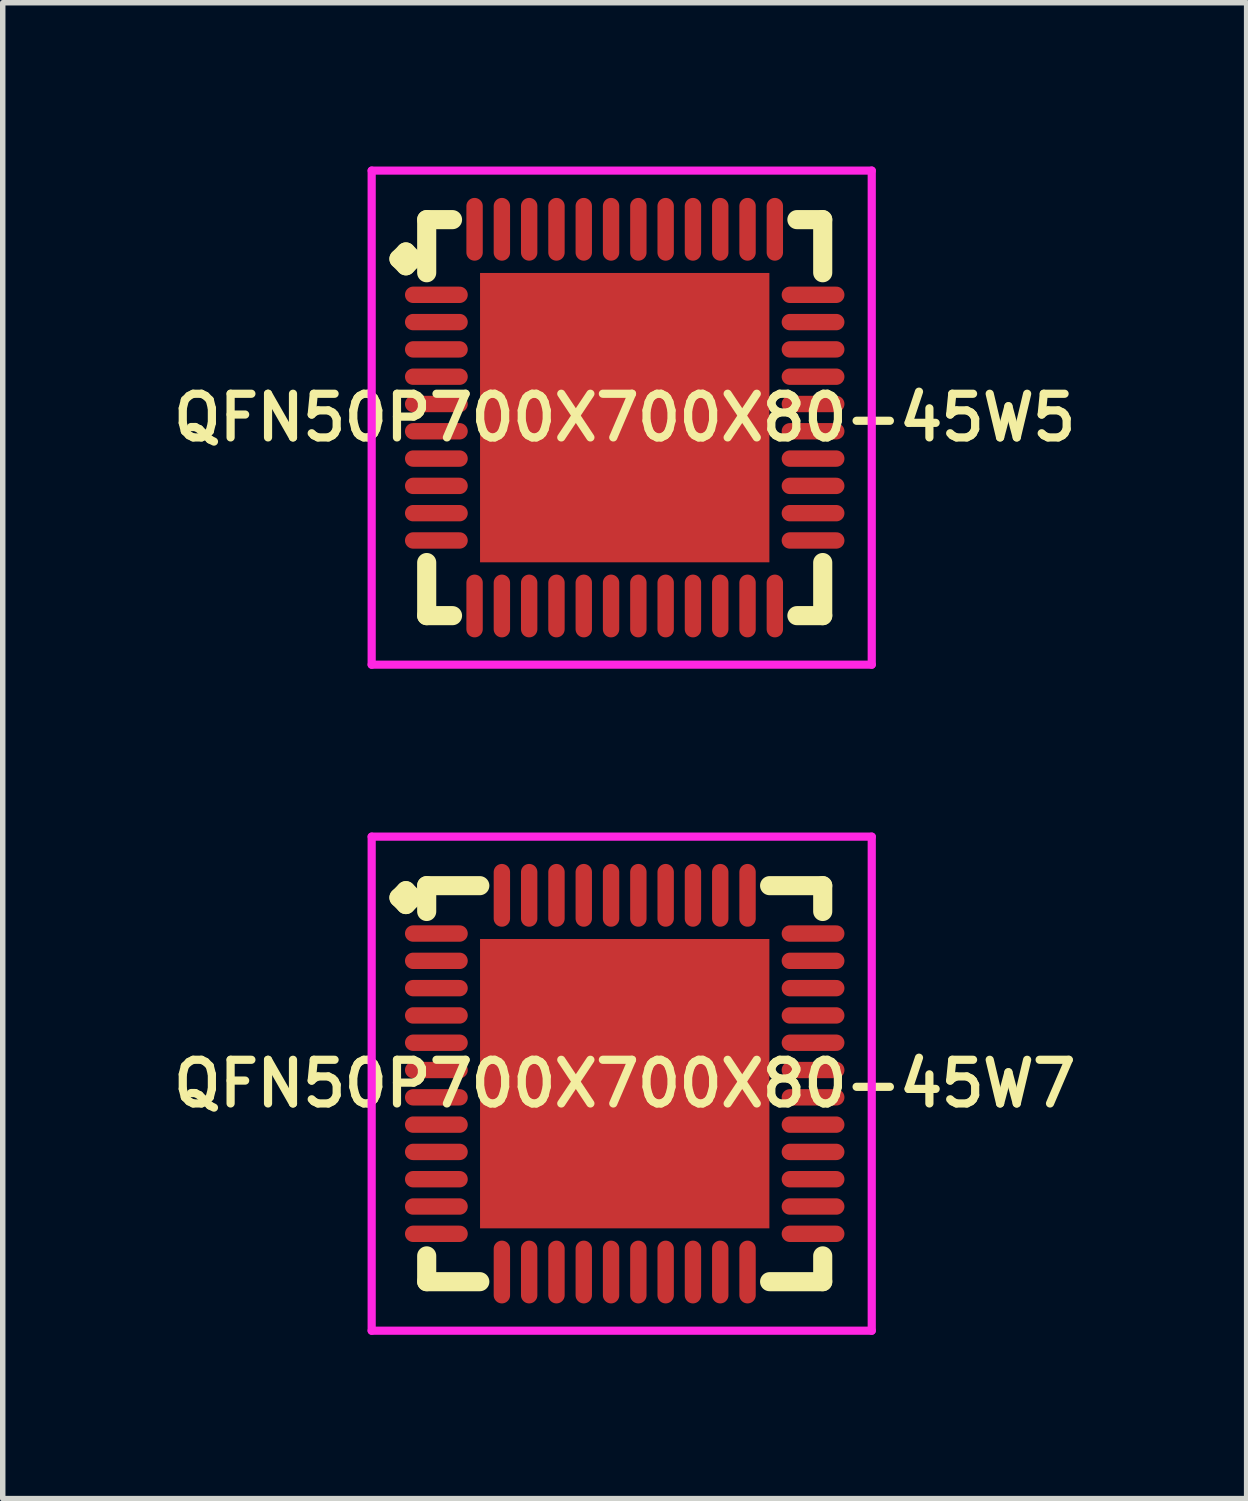
<source format=kicad_pcb>
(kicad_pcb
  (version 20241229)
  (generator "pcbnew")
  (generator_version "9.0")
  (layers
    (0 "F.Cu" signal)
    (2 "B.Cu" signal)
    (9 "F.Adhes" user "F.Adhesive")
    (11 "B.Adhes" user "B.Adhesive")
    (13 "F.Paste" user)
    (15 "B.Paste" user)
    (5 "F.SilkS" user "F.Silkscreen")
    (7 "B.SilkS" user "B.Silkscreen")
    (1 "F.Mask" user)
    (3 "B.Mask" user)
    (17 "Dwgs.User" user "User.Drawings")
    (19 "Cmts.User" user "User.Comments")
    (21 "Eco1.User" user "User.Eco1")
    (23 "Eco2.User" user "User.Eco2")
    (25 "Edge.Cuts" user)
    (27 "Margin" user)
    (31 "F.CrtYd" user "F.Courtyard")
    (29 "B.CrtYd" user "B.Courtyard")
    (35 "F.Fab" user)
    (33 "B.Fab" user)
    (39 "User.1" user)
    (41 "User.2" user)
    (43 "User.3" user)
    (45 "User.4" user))
  (footprint "QFN50P700X700X80-45W7"
    (layer "F.Cu")
    (at 8.393 16.8)
    (property "Reference" "QFN50P700X700X80-45W7" (at 0 0 0) (layer "F.SilkS") (effects (font (size 0.8 0.8) (thickness 0.15))))
    (attr smd)
    (fp_line (start -4.135 -3.408) (end -4.008 -3.535) (stroke (width 0.35) (type solid)) (layer "F.SilkS"))
    (fp_line (start -4.008 -3.535) (end -3.881 -3.408) (stroke (width 0.35) (type solid)) (layer "F.SilkS"))
    (fp_line (start -4.008 -3.281) (end -4.135 -3.408) (stroke (width 0.35) (type solid)) (layer "F.SilkS"))
    (fp_line (start -3.881 -3.408) (end -4.008 -3.281) (stroke (width 0.35) (type solid)) (layer "F.SilkS"))
    (fp_line (start -3.627 -3.627) (end -2.654 -3.627) (stroke (width 0.35) (type solid)) (layer "F.SilkS"))
    (fp_line (start -3.627 -3.154) (end -3.627 -3.627) (stroke (width 0.35) (type solid)) (layer "F.SilkS"))
    (fp_line (start -3.627 3.154) (end -3.627 3.627) (stroke (width 0.35) (type solid)) (layer "F.SilkS"))
    (fp_line (start -3.627 3.627) (end -2.654 3.627) (stroke (width 0.35) (type solid)) (layer "F.SilkS"))
    (fp_line (start 2.654 -3.627) (end 3.627 -3.627) (stroke (width 0.35) (type solid)) (layer "F.SilkS"))
    (fp_line (start 2.654 3.627) (end 3.627 3.627) (stroke (width 0.35) (type solid)) (layer "F.SilkS"))
    (fp_line (start 3.627 -3.627) (end 3.627 -3.154) (stroke (width 0.35) (type solid)) (layer "F.SilkS"))
    (fp_line (start 3.627 3.627) (end 3.627 3.154) (stroke (width 0.35) (type solid)) (layer "F.SilkS"))
    (fp_line (start -4.635 -4.525) (end 4.525 -4.525) (stroke (width 0.15) (type solid)) (layer "F.CrtYd"))
    (fp_line (start -4.635 4.525) (end -4.635 -4.525) (stroke (width 0.15) (type solid)) (layer "F.CrtYd"))
    (fp_line (start 4.525 -4.525) (end 4.525 4.525) (stroke (width 0.15) (type solid)) (layer "F.CrtYd"))
    (fp_line (start 4.525 4.525) (end -4.635 4.525) (stroke (width 0.15) (type solid)) (layer "F.CrtYd"))
    (pad "1" smd oval (at -3.45 -2.75) (size 1.15 0.3) (layers "F.Cu" "F.Mask" "F.Paste"))
    (pad "2" smd oval (at -3.45 -2.25) (size 1.15 0.3) (layers "F.Cu" "F.Mask" "F.Paste"))
    (pad "3" smd oval (at -3.45 -1.75) (size 1.15 0.3) (layers "F.Cu" "F.Mask" "F.Paste"))
    (pad "4" smd oval (at -3.45 -1.25) (size 1.15 0.3) (layers "F.Cu" "F.Mask" "F.Paste"))
    (pad "5" smd oval (at -3.45 -0.75) (size 1.15 0.3) (layers "F.Cu" "F.Mask" "F.Paste"))
    (pad "6" smd oval (at -3.45 -0.25) (size 1.15 0.3) (layers "F.Cu" "F.Mask" "F.Paste"))
    (pad "7" smd oval (at -3.45 0.25) (size 1.15 0.3) (layers "F.Cu" "F.Mask" "F.Paste"))
    (pad "8" smd oval (at -3.45 0.75) (size 1.15 0.3) (layers "F.Cu" "F.Mask" "F.Paste"))
    (pad "9" smd oval (at -3.45 1.25) (size 1.15 0.3) (layers "F.Cu" "F.Mask" "F.Paste"))
    (pad "10" smd oval (at -3.45 1.75) (size 1.15 0.3) (layers "F.Cu" "F.Mask" "F.Paste"))
    (pad "11" smd oval (at -3.45 2.25) (size 1.15 0.3) (layers "F.Cu" "F.Mask" "F.Paste"))
    (pad "12" smd oval (at -3.45 2.75) (size 1.15 0.3) (layers "F.Cu" "F.Mask" "F.Paste"))
    (pad "13" smd oval (at -2.25 3.45) (size 0.3 1.15) (layers "F.Cu" "F.Mask" "F.Paste"))
    (pad "14" smd oval (at -1.75 3.45) (size 0.3 1.15) (layers "F.Cu" "F.Mask" "F.Paste"))
    (pad "15" smd oval (at -1.25 3.45) (size 0.3 1.15) (layers "F.Cu" "F.Mask" "F.Paste"))
    (pad "16" smd oval (at -0.75 3.45) (size 0.3 1.15) (layers "F.Cu" "F.Mask" "F.Paste"))
    (pad "17" smd oval (at -0.25 3.45) (size 0.3 1.15) (layers "F.Cu" "F.Mask" "F.Paste"))
    (pad "18" smd oval (at 0.25 3.45) (size 0.3 1.15) (layers "F.Cu" "F.Mask" "F.Paste"))
    (pad "19" smd oval (at 0.75 3.45) (size 0.3 1.15) (layers "F.Cu" "F.Mask" "F.Paste"))
    (pad "20" smd oval (at 1.25 3.45) (size 0.3 1.15) (layers "F.Cu" "F.Mask" "F.Paste"))
    (pad "21" smd oval (at 1.75 3.45) (size 0.3 1.15) (layers "F.Cu" "F.Mask" "F.Paste"))
    (pad "22" smd oval (at 2.25 3.45) (size 0.3 1.15) (layers "F.Cu" "F.Mask" "F.Paste"))
    (pad "23" smd oval (at 3.45 2.75) (size 1.15 0.3) (layers "F.Cu" "F.Mask" "F.Paste"))
    (pad "24" smd oval (at 3.45 2.25) (size 1.15 0.3) (layers "F.Cu" "F.Mask" "F.Paste"))
    (pad "25" smd oval (at 3.45 1.75) (size 1.15 0.3) (layers "F.Cu" "F.Mask" "F.Paste"))
    (pad "26" smd oval (at 3.45 1.25) (size 1.15 0.3) (layers "F.Cu" "F.Mask" "F.Paste"))
    (pad "27" smd oval (at 3.45 0.75) (size 1.15 0.3) (layers "F.Cu" "F.Mask" "F.Paste"))
    (pad "28" smd oval (at 3.45 0.25) (size 1.15 0.3) (layers "F.Cu" "F.Mask" "F.Paste"))
    (pad "29" smd oval (at 3.45 -0.25) (size 1.15 0.3) (layers "F.Cu" "F.Mask" "F.Paste"))
    (pad "30" smd oval (at 3.45 -0.75) (size 1.15 0.3) (layers "F.Cu" "F.Mask" "F.Paste"))
    (pad "31" smd oval (at 3.45 -1.25) (size 1.15 0.3) (layers "F.Cu" "F.Mask" "F.Paste"))
    (pad "32" smd oval (at 3.45 -1.75) (size 1.15 0.3) (layers "F.Cu" "F.Mask" "F.Paste"))
    (pad "33" smd oval (at 3.45 -2.25) (size 1.15 0.3) (layers "F.Cu" "F.Mask" "F.Paste"))
    (pad "34" smd oval (at 3.45 -2.75) (size 1.15 0.3) (layers "F.Cu" "F.Mask" "F.Paste"))
    (pad "35" smd oval (at 2.25 -3.45) (size 0.3 1.15) (layers "F.Cu" "F.Mask" "F.Paste"))
    (pad "36" smd oval (at 1.75 -3.45) (size 0.3 1.15) (layers "F.Cu" "F.Mask" "F.Paste"))
    (pad "37" smd oval (at 1.25 -3.45) (size 0.3 1.15) (layers "F.Cu" "F.Mask" "F.Paste"))
    (pad "38" smd oval (at 0.75 -3.45) (size 0.3 1.15) (layers "F.Cu" "F.Mask" "F.Paste"))
    (pad "39" smd oval (at 0.25 -3.45) (size 0.3 1.15) (layers "F.Cu" "F.Mask" "F.Paste"))
    (pad "40" smd oval (at -0.25 -3.45) (size 0.3 1.15) (layers "F.Cu" "F.Mask" "F.Paste"))
    (pad "41" smd oval (at -0.75 -3.45) (size 0.3 1.15) (layers "F.Cu" "F.Mask" "F.Paste"))
    (pad "42" smd oval (at -1.25 -3.45) (size 0.3 1.15) (layers "F.Cu" "F.Mask" "F.Paste"))
    (pad "43" smd oval (at -1.75 -3.45) (size 0.3 1.15) (layers "F.Cu" "F.Mask" "F.Paste"))
    (pad "44" smd oval (at -2.25 -3.45) (size 0.3 1.15) (layers "F.Cu" "F.Mask" "F.Paste"))
    (pad "45" smd rect (at 0 0) (size 5.3 5.3) (layers "F.Cu" "F.Mask" "F.Paste")))
  (footprint "QFN50P700X700X80-45W5"
    (layer "F.Cu")
    (at 8.393 4.6)
    (property "Reference" "QFN50P700X700X80-45W5" (at 0 0 0) (layer "F.SilkS") (effects (font (size 0.8 0.8) (thickness 0.15))))
    (attr smd)
    (fp_line (start -4.135 -2.908) (end -4.008 -3.035) (stroke (width 0.35) (type solid)) (layer "F.SilkS"))
    (fp_line (start -4.008 -3.035) (end -3.881 -2.908) (stroke (width 0.35) (type solid)) (layer "F.SilkS"))
    (fp_line (start -4.008 -2.781) (end -4.135 -2.908) (stroke (width 0.35) (type solid)) (layer "F.SilkS"))
    (fp_line (start -3.881 -2.908) (end -4.008 -2.781) (stroke (width 0.35) (type solid)) (layer "F.SilkS"))
    (fp_line (start -3.627 -3.627) (end -3.154 -3.627) (stroke (width 0.35) (type solid)) (layer "F.SilkS"))
    (fp_line (start -3.627 -2.654) (end -3.627 -3.627) (stroke (width 0.35) (type solid)) (layer "F.SilkS"))
    (fp_line (start -3.627 2.654) (end -3.627 3.627) (stroke (width 0.35) (type solid)) (layer "F.SilkS"))
    (fp_line (start -3.627 3.627) (end -3.154 3.627) (stroke (width 0.35) (type solid)) (layer "F.SilkS"))
    (fp_line (start 3.154 -3.627) (end 3.627 -3.627) (stroke (width 0.35) (type solid)) (layer "F.SilkS"))
    (fp_line (start 3.154 3.627) (end 3.627 3.627) (stroke (width 0.35) (type solid)) (layer "F.SilkS"))
    (fp_line (start 3.627 -3.627) (end 3.627 -2.654) (stroke (width 0.35) (type solid)) (layer "F.SilkS"))
    (fp_line (start 3.627 3.627) (end 3.627 2.654) (stroke (width 0.35) (type solid)) (layer "F.SilkS"))
    (fp_line (start -4.635 -4.525) (end 4.525 -4.525) (stroke (width 0.15) (type solid)) (layer "F.CrtYd"))
    (fp_line (start -4.635 4.525) (end -4.635 -4.525) (stroke (width 0.15) (type solid)) (layer "F.CrtYd"))
    (fp_line (start 4.525 -4.525) (end 4.525 4.525) (stroke (width 0.15) (type solid)) (layer "F.CrtYd"))
    (fp_line (start 4.525 4.525) (end -4.635 4.525) (stroke (width 0.15) (type solid)) (layer "F.CrtYd"))
    (pad "1" smd oval (at -3.45 -2.25) (size 1.15 0.3) (layers "F.Cu" "F.Mask" "F.Paste"))
    (pad "2" smd oval (at -3.45 -1.75) (size 1.15 0.3) (layers "F.Cu" "F.Mask" "F.Paste"))
    (pad "3" smd oval (at -3.45 -1.25) (size 1.15 0.3) (layers "F.Cu" "F.Mask" "F.Paste"))
    (pad "4" smd oval (at -3.45 -0.75) (size 1.15 0.3) (layers "F.Cu" "F.Mask" "F.Paste"))
    (pad "5" smd oval (at -3.45 -0.25) (size 1.15 0.3) (layers "F.Cu" "F.Mask" "F.Paste"))
    (pad "6" smd oval (at -3.45 0.25) (size 1.15 0.3) (layers "F.Cu" "F.Mask" "F.Paste"))
    (pad "7" smd oval (at -3.45 0.75) (size 1.15 0.3) (layers "F.Cu" "F.Mask" "F.Paste"))
    (pad "8" smd oval (at -3.45 1.25) (size 1.15 0.3) (layers "F.Cu" "F.Mask" "F.Paste"))
    (pad "9" smd oval (at -3.45 1.75) (size 1.15 0.3) (layers "F.Cu" "F.Mask" "F.Paste"))
    (pad "10" smd oval (at -3.45 2.25) (size 1.15 0.3) (layers "F.Cu" "F.Mask" "F.Paste"))
    (pad "11" smd oval (at -2.75 3.45) (size 0.3 1.15) (layers "F.Cu" "F.Mask" "F.Paste"))
    (pad "12" smd oval (at -2.25 3.45) (size 0.3 1.15) (layers "F.Cu" "F.Mask" "F.Paste"))
    (pad "13" smd oval (at -1.75 3.45) (size 0.3 1.15) (layers "F.Cu" "F.Mask" "F.Paste"))
    (pad "14" smd oval (at -1.25 3.45) (size 0.3 1.15) (layers "F.Cu" "F.Mask" "F.Paste"))
    (pad "15" smd oval (at -0.75 3.45) (size 0.3 1.15) (layers "F.Cu" "F.Mask" "F.Paste"))
    (pad "16" smd oval (at -0.25 3.45) (size 0.3 1.15) (layers "F.Cu" "F.Mask" "F.Paste"))
    (pad "17" smd oval (at 0.25 3.45) (size 0.3 1.15) (layers "F.Cu" "F.Mask" "F.Paste"))
    (pad "18" smd oval (at 0.75 3.45) (size 0.3 1.15) (layers "F.Cu" "F.Mask" "F.Paste"))
    (pad "19" smd oval (at 1.25 3.45) (size 0.3 1.15) (layers "F.Cu" "F.Mask" "F.Paste"))
    (pad "20" smd oval (at 1.75 3.45) (size 0.3 1.15) (layers "F.Cu" "F.Mask" "F.Paste"))
    (pad "21" smd oval (at 2.25 3.45) (size 0.3 1.15) (layers "F.Cu" "F.Mask" "F.Paste"))
    (pad "22" smd oval (at 2.75 3.45) (size 0.3 1.15) (layers "F.Cu" "F.Mask" "F.Paste"))
    (pad "23" smd oval (at 3.45 2.25) (size 1.15 0.3) (layers "F.Cu" "F.Mask" "F.Paste"))
    (pad "24" smd oval (at 3.45 1.75) (size 1.15 0.3) (layers "F.Cu" "F.Mask" "F.Paste"))
    (pad "25" smd oval (at 3.45 1.25) (size 1.15 0.3) (layers "F.Cu" "F.Mask" "F.Paste"))
    (pad "26" smd oval (at 3.45 0.75) (size 1.15 0.3) (layers "F.Cu" "F.Mask" "F.Paste"))
    (pad "27" smd oval (at 3.45 0.25) (size 1.15 0.3) (layers "F.Cu" "F.Mask" "F.Paste"))
    (pad "28" smd oval (at 3.45 -0.25) (size 1.15 0.3) (layers "F.Cu" "F.Mask" "F.Paste"))
    (pad "29" smd oval (at 3.45 -0.75) (size 1.15 0.3) (layers "F.Cu" "F.Mask" "F.Paste"))
    (pad "30" smd oval (at 3.45 -1.25) (size 1.15 0.3) (layers "F.Cu" "F.Mask" "F.Paste"))
    (pad "31" smd oval (at 3.45 -1.75) (size 1.15 0.3) (layers "F.Cu" "F.Mask" "F.Paste"))
    (pad "32" smd oval (at 3.45 -2.25) (size 1.15 0.3) (layers "F.Cu" "F.Mask" "F.Paste"))
    (pad "33" smd oval (at 2.75 -3.45) (size 0.3 1.15) (layers "F.Cu" "F.Mask" "F.Paste"))
    (pad "34" smd oval (at 2.25 -3.45) (size 0.3 1.15) (layers "F.Cu" "F.Mask" "F.Paste"))
    (pad "35" smd oval (at 1.75 -3.45) (size 0.3 1.15) (layers "F.Cu" "F.Mask" "F.Paste"))
    (pad "36" smd oval (at 1.25 -3.45) (size 0.3 1.15) (layers "F.Cu" "F.Mask" "F.Paste"))
    (pad "37" smd oval (at 0.75 -3.45) (size 0.3 1.15) (layers "F.Cu" "F.Mask" "F.Paste"))
    (pad "38" smd oval (at 0.25 -3.45) (size 0.3 1.15) (layers "F.Cu" "F.Mask" "F.Paste"))
    (pad "39" smd oval (at -0.25 -3.45) (size 0.3 1.15) (layers "F.Cu" "F.Mask" "F.Paste"))
    (pad "40" smd oval (at -0.75 -3.45) (size 0.3 1.15) (layers "F.Cu" "F.Mask" "F.Paste"))
    (pad "41" smd oval (at -1.25 -3.45) (size 0.3 1.15) (layers "F.Cu" "F.Mask" "F.Paste"))
    (pad "42" smd oval (at -1.75 -3.45) (size 0.3 1.15) (layers "F.Cu" "F.Mask" "F.Paste"))
    (pad "43" smd oval (at -2.25 -3.45) (size 0.3 1.15) (layers "F.Cu" "F.Mask" "F.Paste"))
    (pad "44" smd oval (at -2.75 -3.45) (size 0.3 1.15) (layers "F.Cu" "F.Mask" "F.Paste"))
    (pad "45" smd rect (at 0 0) (size 5.3 5.3) (layers "F.Cu" "F.Mask" "F.Paste")))
  (gr_rect
    (start -3 -3)
    (end 19.785 24.4)
    (stroke (width 0.1) (type default))
    (fill no)
    (layer "Edge.Cuts")))
</source>
